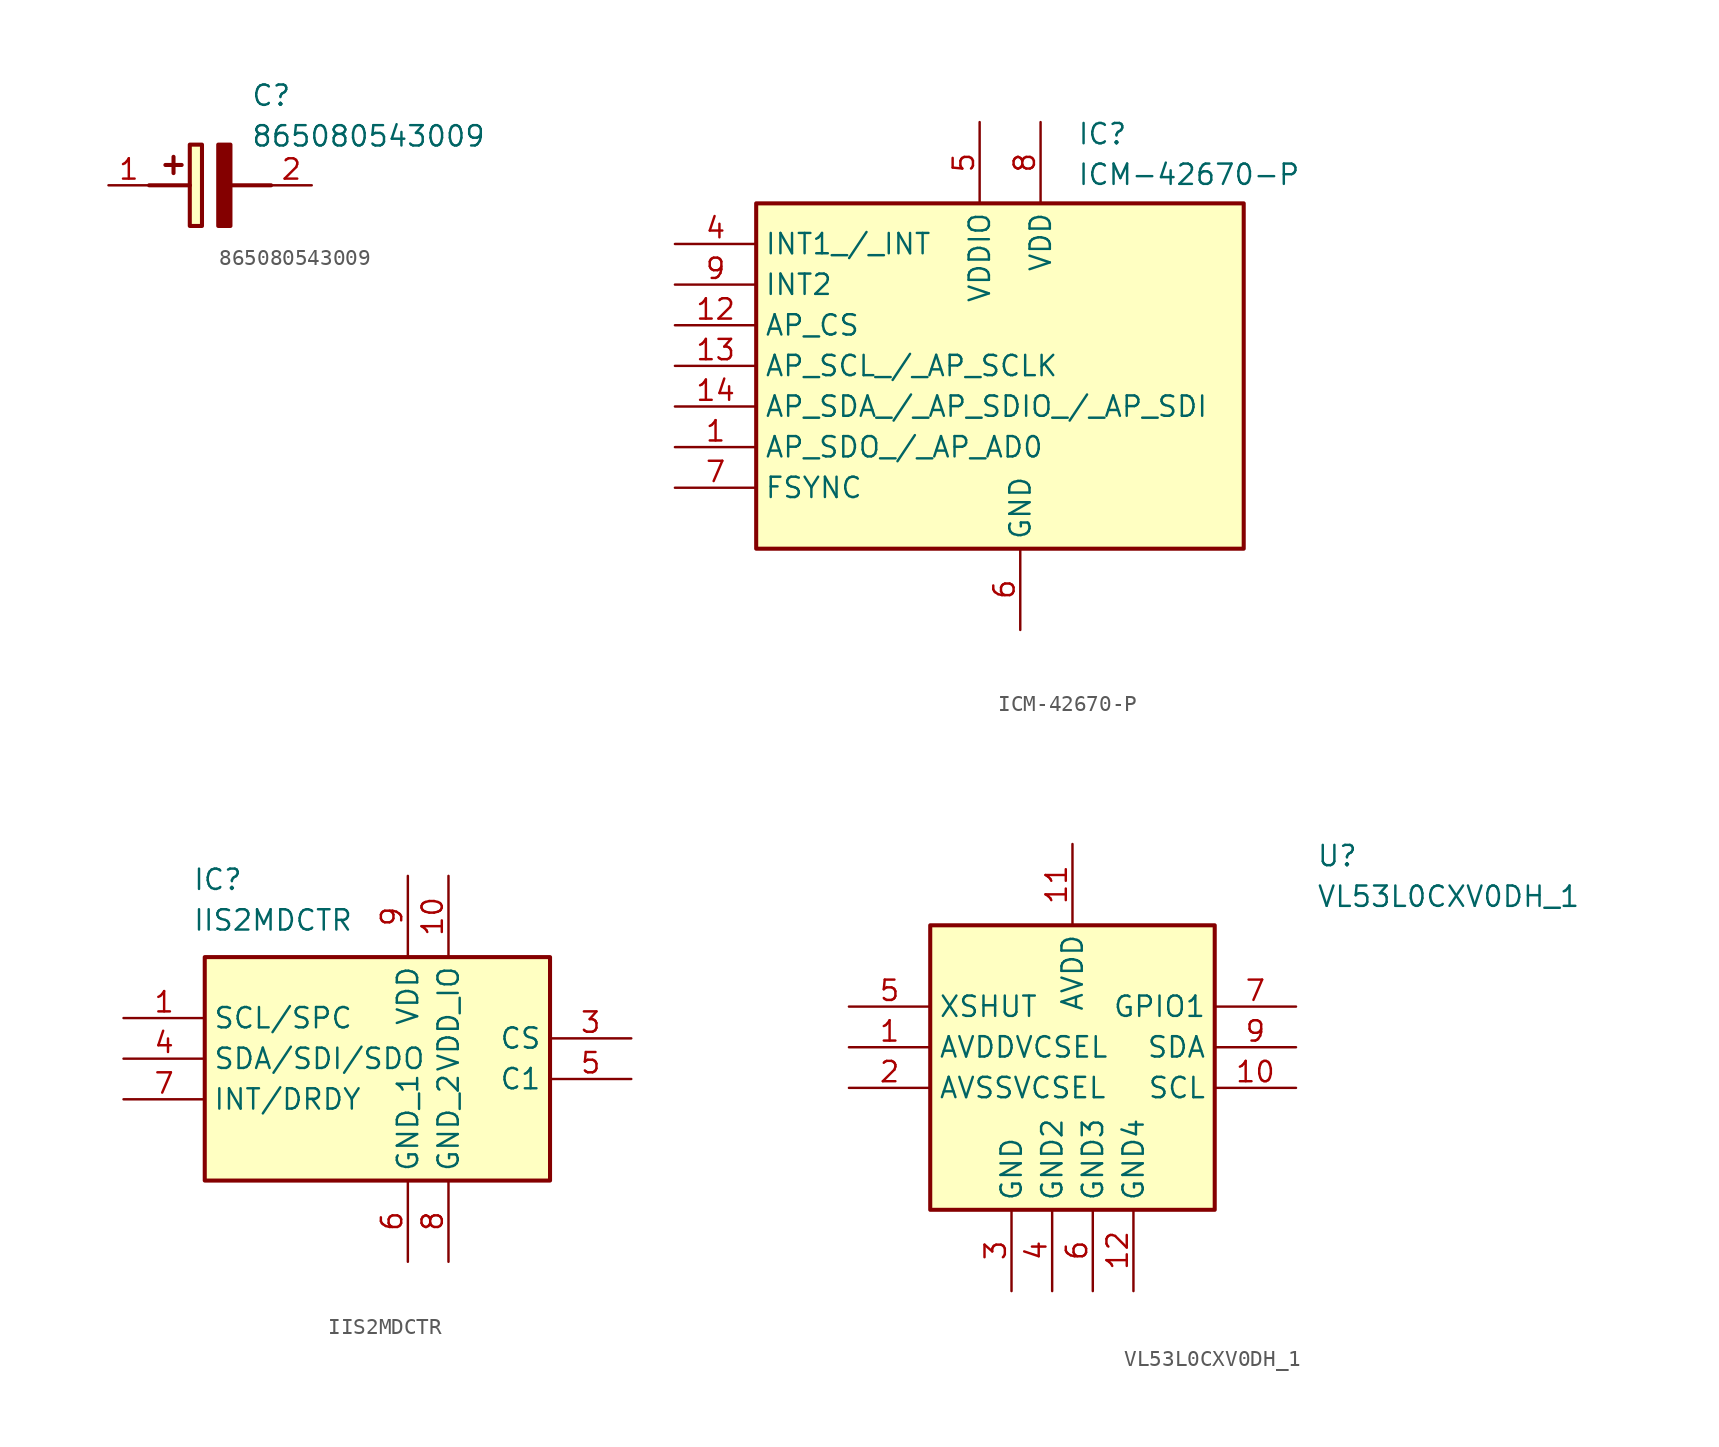
<source format=kicad_sym>
(kicad_symbol_lib
  (version 20231120)
  (generator "kicad_symbol_editor")
  (generator_version "8.0")
  (symbol "865080543009"
    (pin_names hide)
    (property "Reference" "C"
      (at 8.89 6.35 0)
      (effects (font (size 1.27 1.27)) (justify left top)))
    (property "Value" "865080543009"
      (at 8.89 3.81 0)
      (effects (font (size 1.27 1.27)) (justify left top)))
    (symbol "865080543009_1_1"
      (polyline (pts (xy 2.54 0) (xy 5.08 0)) (stroke (width 0.254) (type default)) (fill (type none)))
      (polyline (pts (xy 4.064 1.778) (xy 4.064 0.762)) (stroke (width 0.254) (type default)) (fill (type none)))
      (polyline (pts (xy 4.572 1.27) (xy 3.556 1.27)) (stroke (width 0.254) (type default)) (fill (type none)))
      (polyline (pts (xy 7.62 0) (xy 10.16 0)) (stroke (width 0.254) (type default)) (fill (type none)))
      (polyline (pts (xy 7.62 2.54) (xy 7.62 -2.54) (xy 6.858 -2.54) (xy 6.858 2.54) (xy 7.62 2.54)) (stroke (width 0.254) (type default)) (fill (type outline)))
      (rectangle (start 5.08 2.54) (end 5.842 -2.54) (stroke (width 0.254) (type default)) (fill (type background)))
      (pin passive line (at 0 0 0) (length 2.54) (name "+" (effects (font (size 1.27 1.27)))) (number "1" (effects (font (size 1.27 1.27)))))
      (pin passive line (at 12.7 0 180) (length 2.54) (name "-" (effects (font (size 1.27 1.27)))) (number "2" (effects (font (size 1.27 1.27)))))))
  (symbol "ICM-42670-P"
    (property "Reference" "IC"
      (at 4.826 15.24 0)
      (effects (font (size 1.27 1.27)) (justify left top)))
    (property "Value" "ICM-42670-P"
      (at 4.826 12.7 0)
      (effects (font (size 1.27 1.27)) (justify left top)))
    (symbol "ICM-42670-P_1_1"
      (rectangle (start -15.24 10.16) (end 15.24 -11.43) (stroke (width 0.254) (type default)) (fill (type background)))
      (pin passive line (at -20.32 -5.08 0) (length 5.08) (name "AP_SDO_/_AP_AD0" (effects (font (size 1.27 1.27)))) (number "1" (effects (font (size 1.27 1.27)))))
      (pin no_connect line (at 29.21 7.62 180) (length 5.08) hide (name "RESV_3" (effects (font (size 1.27 1.27)))) (number "10" (effects (font (size 1.27 1.27)))))
      (pin no_connect line (at 29.21 0 180) (length 5.08) hide (name "RESV_4" (effects (font (size 1.27 1.27)))) (number "11" (effects (font (size 1.27 1.27)))))
      (pin passive line (at -20.32 2.54 0) (length 5.08) (name "AP_CS" (effects (font (size 1.27 1.27)))) (number "12" (effects (font (size 1.27 1.27)))))
      (pin passive line (at -20.32 0 0) (length 5.08) (name "AP_SCL_/_AP_SCLK" (effects (font (size 1.27 1.27)))) (number "13" (effects (font (size 1.27 1.27)))))
      (pin passive line (at -20.32 -2.54 0) (length 5.08) (name "AP_SDA_/_AP_SDIO_/_AP_SDI" (effects (font (size 1.27 1.27)))) (number "14" (effects (font (size 1.27 1.27)))))
      (pin no_connect line (at 29.21 5.08 180) (length 5.08) hide (name "RESV_1" (effects (font (size 1.27 1.27)))) (number "2" (effects (font (size 1.27 1.27)))))
      (pin no_connect line (at 29.21 2.54 180) (length 5.08) hide (name "RESV_2" (effects (font (size 1.27 1.27)))) (number "3" (effects (font (size 1.27 1.27)))))
      (pin passive line (at -20.32 7.62 0) (length 5.08) (name "INT1_/_INT" (effects (font (size 1.27 1.27)))) (number "4" (effects (font (size 1.27 1.27)))))
      (pin passive line (at -1.27 15.24 270) (length 5.08) (name "VDDIO" (effects (font (size 1.27 1.27)))) (number "5" (effects (font (size 1.27 1.27)))))
      (pin passive line (at 1.27 -16.51 90) (length 5.08) (name "GND" (effects (font (size 1.27 1.27)))) (number "6" (effects (font (size 1.27 1.27)))))
      (pin passive line (at -20.32 -7.62 0) (length 5.08) (name "FSYNC" (effects (font (size 1.27 1.27)))) (number "7" (effects (font (size 1.27 1.27)))))
      (pin passive line (at 2.54 15.24 270) (length 5.08) (name "VDD" (effects (font (size 1.27 1.27)))) (number "8" (effects (font (size 1.27 1.27)))))
      (pin passive line (at -20.32 5.08 0) (length 5.08) (name "INT2" (effects (font (size 1.27 1.27)))) (number "9" (effects (font (size 1.27 1.27)))))))
  (symbol "IIS2MDCTR"
    (property "Reference" "IC"
      (at -10.922 11.938 0)
      (effects (font (size 1.27 1.27)) (justify left top)))
    (property "Value" "IIS2MDCTR"
      (at -10.922 9.398 0)
      (effects (font (size 1.27 1.27)) (justify left top)))
    (symbol "IIS2MDCTR_1_1"
      (rectangle (start -10.16 6.35) (end 11.43 -7.62) (stroke (width 0.254) (type default)) (fill (type background)))
      (pin passive line (at -15.24 2.54 0) (length 5.08) (name "SCL/SPC" (effects (font (size 1.27 1.27)))) (number "1" (effects (font (size 1.27 1.27)))))
      (pin passive line (at 5.08 11.43 270) (length 5.08) (name "VDD_IO" (effects (font (size 1.27 1.27)))) (number "10" (effects (font (size 1.27 1.27)))))
      (pin no_connect line (at 17.78 13.97 180) (length 5.08) hide (name "NC_2" (effects (font (size 1.27 1.27)))) (number "11" (effects (font (size 1.27 1.27)))))
      (pin no_connect line (at 17.78 11.43 180) (length 5.08) hide (name "NC_3" (effects (font (size 1.27 1.27)))) (number "12" (effects (font (size 1.27 1.27)))))
      (pin no_connect line (at 17.78 8.89 180) (length 5.08) hide (name "NC_1" (effects (font (size 1.27 1.27)))) (number "2" (effects (font (size 1.27 1.27)))))
      (pin passive line (at 16.51 1.27 180) (length 5.08) (name "CS" (effects (font (size 1.27 1.27)))) (number "3" (effects (font (size 1.27 1.27)))))
      (pin passive line (at -15.24 0 0) (length 5.08) (name "SDA/SDI/SDO" (effects (font (size 1.27 1.27)))) (number "4" (effects (font (size 1.27 1.27)))))
      (pin passive line (at 16.51 -1.27 180) (length 5.08) (name "C1" (effects (font (size 1.27 1.27)))) (number "5" (effects (font (size 1.27 1.27)))))
      (pin passive line (at 2.54 -12.7 90) (length 5.08) (name "GND_1" (effects (font (size 1.27 1.27)))) (number "6" (effects (font (size 1.27 1.27)))))
      (pin passive line (at -15.24 -2.54 0) (length 5.08) (name "INT/DRDY" (effects (font (size 1.27 1.27)))) (number "7" (effects (font (size 1.27 1.27)))))
      (pin passive line (at 5.08 -12.7 90) (length 5.08) (name "GND_2" (effects (font (size 1.27 1.27)))) (number "8" (effects (font (size 1.27 1.27)))))
      (pin passive line (at 2.54 11.43 270) (length 5.08) (name "VDD" (effects (font (size 1.27 1.27)))) (number "9" (effects (font (size 1.27 1.27)))))))
  (symbol "VL53L0CXV0DH_1"
    (property "Reference" "U"
      (at 31.75 7.62 0)
      (effects (font (size 1.27 1.27)) (justify left top)))
    (property "Value" "VL53L0CXV0DH_1"
      (at 31.75 5.08 0)
      (effects (font (size 1.27 1.27)) (justify left top)))
    (symbol "VL53L0CXV0DH_1_1_1"
      (rectangle (start 7.62 2.54) (end 25.4 -15.24) (stroke (width 0.254) (type default)) (fill (type background)))
      (pin power_in line (at 2.54 -5.08 0) (length 5.08) (name "AVDDVCSEL" (effects (font (size 1.27 1.27)))) (number "1" (effects (font (size 1.27 1.27)))))
      (pin power_in line (at 30.48 -7.62 180) (length 5.08) (name "SCL" (effects (font (size 1.27 1.27)))) (number "10" (effects (font (size 1.27 1.27)))))
      (pin power_in line (at 16.51 7.62 270) (length 5.08) (name "AVDD" (effects (font (size 1.27 1.27)))) (number "11" (effects (font (size 1.27 1.27)))))
      (pin power_in line (at 20.32 -20.32 90) (length 5.08) (name "GND4" (effects (font (size 1.27 1.27)))) (number "12" (effects (font (size 1.27 1.27)))))
      (pin input line (at 2.54 -7.62 0) (length 5.08) (name "AVSSVCSEL" (effects (font (size 1.27 1.27)))) (number "2" (effects (font (size 1.27 1.27)))))
      (pin bidirectional line (at 12.7 -20.32 90) (length 5.08) (name "GND" (effects (font (size 1.27 1.27)))) (number "3" (effects (font (size 1.27 1.27)))))
      (pin input line (at 15.24 -20.32 90) (length 5.08) (name "GND2" (effects (font (size 1.27 1.27)))) (number "4" (effects (font (size 1.27 1.27)))))
      (pin output line (at 2.54 -2.54 0) (length 5.08) (name "XSHUT" (effects (font (size 1.27 1.27)))) (number "5" (effects (font (size 1.27 1.27)))))
      (pin power_in line (at 17.78 -20.32 90) (length 5.08) (name "GND3" (effects (font (size 1.27 1.27)))) (number "6" (effects (font (size 1.27 1.27)))))
      (pin input line (at 30.48 -2.54 180) (length 5.08) (name "GPIO1" (effects (font (size 1.27 1.27)))) (number "7" (effects (font (size 1.27 1.27)))))
      (pin no_connect line (at 39.37 1.27 180) (length 5.08) hide (name "DNC" (effects (font (size 1.27 1.27)))) (number "8" (effects (font (size 1.27 1.27)))))
      (pin power_in line (at 30.48 -5.08 180) (length 5.08) (name "SDA" (effects (font (size 1.27 1.27)))) (number "9" (effects (font (size 1.27 1.27))))))))
</source>
